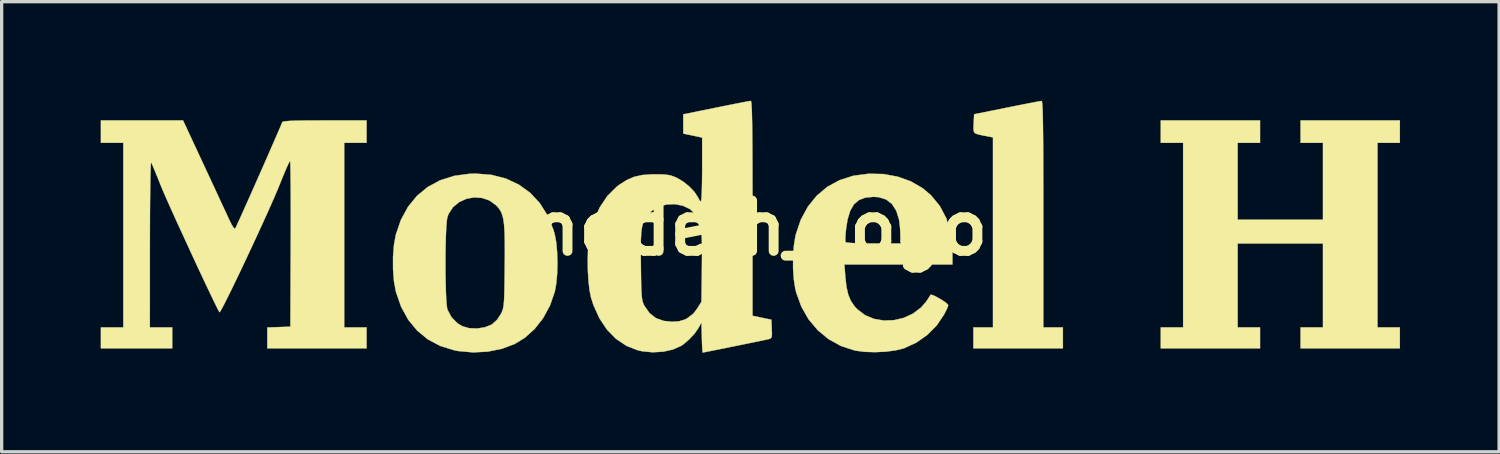
<source format=kicad_pcb>
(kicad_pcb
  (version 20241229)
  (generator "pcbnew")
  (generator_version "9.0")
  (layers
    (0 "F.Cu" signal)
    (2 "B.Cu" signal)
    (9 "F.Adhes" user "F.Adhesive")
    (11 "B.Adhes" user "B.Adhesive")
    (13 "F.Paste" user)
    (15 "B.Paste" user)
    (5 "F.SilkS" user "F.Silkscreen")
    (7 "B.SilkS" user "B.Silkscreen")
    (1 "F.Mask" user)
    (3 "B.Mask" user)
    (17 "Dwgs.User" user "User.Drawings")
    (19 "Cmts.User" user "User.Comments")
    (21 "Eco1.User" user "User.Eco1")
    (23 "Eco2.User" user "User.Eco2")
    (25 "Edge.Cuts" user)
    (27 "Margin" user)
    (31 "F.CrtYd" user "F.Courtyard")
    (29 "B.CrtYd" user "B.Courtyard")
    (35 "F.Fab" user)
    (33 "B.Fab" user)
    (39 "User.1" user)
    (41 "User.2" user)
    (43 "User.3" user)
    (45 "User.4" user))
  (footprint "modelh_logo"
    (layer "F.Cu")
    (at 19.648 3.856)
    (property "Reference" "modelh_logo" (at 0 0 0) (layer "F.SilkS") (effects (font (size 1.524 1.524) (thickness 0.3))))
    (attr through_hole)
    (fp_poly (pts (xy 15.452 -2.582) (xy 14.774 -2.582) (xy 14.774 -0.254) (xy 17.357 -0.254) (xy 17.357 -2.582) (xy 16.679 -2.582) (xy 16.679 -3.26) (xy 19.685 -3.26) (xy 19.685 -2.582) (xy 19.008 -2.582) (xy 19.008 3.006) (xy 19.685 3.006) (xy 19.685 3.641) (xy 16.679 3.641) (xy 16.679 3.006) (xy 17.357 3.006) (xy 17.357 0.466) (xy 14.774 0.466) (xy 14.774 3.006) (xy 15.452 3.006) (xy 15.452 3.641) (xy 12.446 3.641) (xy 12.446 3.006) (xy 13.123 3.006) (xy 13.123 -2.582) (xy 12.446 -2.582) (xy 12.446 -3.26) (xy 15.452 -3.26) (xy 15.452 -2.582)) (stroke (width 0.01) (type solid)) (fill yes) (layer "F.SilkS"))
    (fp_poly (pts (xy 8.847 -3.835) (xy 8.856 -3.785) (xy 8.863 -3.695) (xy 8.87 -3.562) (xy 8.875 -3.38) (xy 8.879 -3.145) (xy 8.883 -2.852) (xy 8.886 -2.498) (xy 8.888 -2.076) (xy 8.889 -1.583) (xy 8.89 -1.015) (xy 8.89 -0.423) (xy 8.89 3.006) (xy 9.483 3.006) (xy 9.483 3.641) (xy 6.773 3.641) (xy 6.773 3.006) (xy 7.366 3.006) (xy 7.366 -2.746) (xy 7.123 -2.793) (xy 6.952 -2.828) (xy 6.847 -2.859) (xy 6.794 -2.903) (xy 6.777 -2.979) (xy 6.779 -3.102) (xy 6.782 -3.162) (xy 6.795 -3.447) (xy 7.789 -3.647) (xy 8.07 -3.704) (xy 8.325 -3.754) (xy 8.541 -3.796) (xy 8.707 -3.828) (xy 8.81 -3.846) (xy 8.837 -3.85) (xy 8.847 -3.835)) (stroke (width 0.01) (type solid)) (fill yes) (layer "F.SilkS"))
    (fp_poly (pts (xy 4.054 -1.636) (xy 4.482 -1.557) (xy 4.879 -1.415) (xy 5.234 -1.21) (xy 5.487 -0.997) (xy 5.756 -0.671) (xy 5.953 -0.298) (xy 6.08 0.121) (xy 6.135 0.586) (xy 6.138 0.726) (xy 6.138 1.101) (xy 2.867 1.101) (xy 2.896 1.471) (xy 2.929 1.773) (xy 2.983 2.011) (xy 3.063 2.203) (xy 3.176 2.369) (xy 3.261 2.46) (xy 3.494 2.637) (xy 3.766 2.749) (xy 4.062 2.799) (xy 4.367 2.788) (xy 4.666 2.718) (xy 4.945 2.589) (xy 5.188 2.405) (xy 5.331 2.241) (xy 5.407 2.132) (xy 5.459 2.047) (xy 5.472 2.021) (xy 5.511 2.019) (xy 5.598 2.053) (xy 5.711 2.112) (xy 5.83 2.183) (xy 5.933 2.253) (xy 5.999 2.312) (xy 6.011 2.336) (xy 5.993 2.394) (xy 5.944 2.501) (xy 5.883 2.621) (xy 5.663 2.947) (xy 5.378 3.234) (xy 5.044 3.468) (xy 4.675 3.637) (xy 4.657 3.643) (xy 4.413 3.703) (xy 4.117 3.741) (xy 3.799 3.756) (xy 3.49 3.747) (xy 3.219 3.713) (xy 3.175 3.704) (xy 2.762 3.569) (xy 2.388 3.362) (xy 2.059 3.09) (xy 1.782 2.76) (xy 1.564 2.378) (xy 1.409 1.952) (xy 1.38 1.833) (xy 1.335 1.544) (xy 1.313 1.21) (xy 1.315 0.86) (xy 1.339 0.526) (xy 1.37 0.332) (xy 2.895 0.332) (xy 2.898 0.414) (xy 2.902 0.426) (xy 2.95 0.439) (xy 3.071 0.45) (xy 3.252 0.458) (xy 3.481 0.464) (xy 3.745 0.466) (xy 3.754 0.466) (xy 4.582 0.466) (xy 4.564 0.095) (xy 4.524 -0.25) (xy 4.439 -0.525) (xy 4.309 -0.729) (xy 4.132 -0.866) (xy 3.906 -0.936) (xy 3.75 -0.947) (xy 3.504 -0.923) (xy 3.307 -0.849) (xy 3.155 -0.718) (xy 3.043 -0.524) (xy 2.963 -0.261) (xy 2.918 0.028) (xy 2.902 0.196) (xy 2.895 0.332) (xy 1.37 0.332) (xy 1.386 0.238) (xy 1.396 0.193) (xy 1.548 -0.255) (xy 1.76 -0.646) (xy 2.027 -0.978) (xy 2.346 -1.247) (xy 2.715 -1.449) (xy 3.129 -1.582) (xy 3.154 -1.587) (xy 3.607 -1.646) (xy 4.054 -1.636)) (stroke (width 0.01) (type solid)) (fill yes) (layer "F.SilkS"))
    (fp_poly (pts (xy -7.821 -1.612) (xy -7.385 -1.501) (xy -6.993 -1.319) (xy -6.648 -1.07) (xy -6.356 -0.757) (xy -6.12 -0.384) (xy -5.943 0.048) (xy -5.902 0.191) (xy -5.857 0.432) (xy -5.83 0.729) (xy -5.821 1.054) (xy -5.829 1.379) (xy -5.856 1.678) (xy -5.9 1.922) (xy -5.901 1.926) (xy -6.046 2.344) (xy -6.252 2.723) (xy -6.51 3.053) (xy -6.813 3.324) (xy -7.112 3.507) (xy -7.5 3.653) (xy -7.929 3.74) (xy -8.377 3.763) (xy -8.826 3.722) (xy -8.949 3.698) (xy -9.372 3.567) (xy -9.746 3.368) (xy -10.069 3.102) (xy -10.339 2.773) (xy -10.553 2.383) (xy -10.709 1.935) (xy -10.713 1.919) (xy -10.77 1.609) (xy -10.798 1.251) (xy -10.798 1.058) (xy -9.211 1.058) (xy -9.21 1.371) (xy -9.205 1.671) (xy -9.197 1.944) (xy -9.186 2.175) (xy -9.172 2.351) (xy -9.154 2.458) (xy -9.151 2.467) (xy -9.028 2.699) (xy -8.845 2.884) (xy -8.701 2.971) (xy -8.495 3.03) (xy -8.256 3.04) (xy -8.019 3.003) (xy -7.818 2.923) (xy -7.795 2.908) (xy -7.646 2.772) (xy -7.53 2.596) (xy -7.501 2.534) (xy -7.478 2.474) (xy -7.46 2.404) (xy -7.447 2.313) (xy -7.437 2.192) (xy -7.43 2.03) (xy -7.425 1.815) (xy -7.421 1.538) (xy -7.417 1.188) (xy -7.417 1.151) (xy -7.413 0.739) (xy -7.415 0.401) (xy -7.421 0.129) (xy -7.435 -0.087) (xy -7.456 -0.257) (xy -7.488 -0.39) (xy -7.53 -0.496) (xy -7.584 -0.584) (xy -7.652 -0.664) (xy -7.677 -0.689) (xy -7.877 -0.835) (xy -8.105 -0.914) (xy -8.346 -0.93) (xy -8.583 -0.885) (xy -8.8 -0.785) (xy -8.983 -0.633) (xy -9.115 -0.432) (xy -9.151 -0.337) (xy -9.169 -0.232) (xy -9.184 -0.057) (xy -9.196 0.173) (xy -9.204 0.445) (xy -9.21 0.744) (xy -9.211 1.058) (xy -10.798 1.058) (xy -10.799 0.876) (xy -10.771 0.517) (xy -10.715 0.205) (xy -10.713 0.197) (xy -10.558 -0.254) (xy -10.343 -0.647) (xy -10.072 -0.978) (xy -9.746 -1.246) (xy -9.37 -1.448) (xy -8.946 -1.582) (xy -8.478 -1.645) (xy -8.297 -1.65) (xy -7.821 -1.612)) (stroke (width 0.01) (type solid)) (fill yes) (layer "F.SilkS"))
    (fp_poly (pts (xy -16.53 -1.916) (xy -16.376 -1.586) (xy -16.228 -1.267) (xy -16.09 -0.97) (xy -15.968 -0.707) (xy -15.867 -0.49) (xy -15.793 -0.33) (xy -15.76 -0.258) (xy -15.684 -0.105) (xy -15.623 -0.009) (xy -15.583 0.019) (xy -15.579 0.017) (xy -15.557 -0.026) (xy -15.505 -0.137) (xy -15.428 -0.305) (xy -15.331 -0.522) (xy -15.217 -0.776) (xy -15.091 -1.058) (xy -14.958 -1.359) (xy -14.821 -1.668) (xy -14.685 -1.976) (xy -14.555 -2.272) (xy -14.435 -2.547) (xy -14.329 -2.791) (xy -14.241 -2.994) (xy -14.177 -3.145) (xy -14.152 -3.207) (xy -14.126 -3.223) (xy -14.057 -3.235) (xy -13.939 -3.245) (xy -13.765 -3.252) (xy -13.526 -3.257) (xy -13.217 -3.259) (xy -12.865 -3.26) (xy -11.599 -3.26) (xy -11.599 -2.582) (xy -12.277 -2.582) (xy -12.277 3.006) (xy -11.599 3.006) (xy -11.599 3.641) (xy -14.605 3.641) (xy -14.605 3.009) (xy -14.256 2.997) (xy -13.906 2.985) (xy -13.896 0.476) (xy -13.894 0.024) (xy -13.894 -0.402) (xy -13.895 -0.794) (xy -13.896 -1.146) (xy -13.899 -1.449) (xy -13.902 -1.696) (xy -13.906 -1.881) (xy -13.911 -1.995) (xy -13.917 -2.032) (xy -13.942 -1.994) (xy -13.992 -1.89) (xy -14.061 -1.733) (xy -14.144 -1.534) (xy -14.22 -1.344) (xy -14.294 -1.163) (xy -14.392 -0.934) (xy -14.51 -0.666) (xy -14.645 -0.366) (xy -14.791 -0.045) (xy -14.946 0.291) (xy -15.104 0.632) (xy -15.263 0.97) (xy -15.417 1.297) (xy -15.564 1.603) (xy -15.699 1.881) (xy -15.818 2.121) (xy -15.916 2.316) (xy -15.991 2.457) (xy -16.038 2.535) (xy -16.052 2.548) (xy -16.082 2.497) (xy -16.143 2.378) (xy -16.23 2.2) (xy -16.339 1.972) (xy -16.467 1.704) (xy -16.608 1.404) (xy -16.759 1.081) (xy -16.914 0.746) (xy -17.071 0.405) (xy -17.225 0.07) (xy -17.372 -0.251) (xy -17.507 -0.549) (xy -17.626 -0.815) (xy -17.725 -1.04) (xy -17.799 -1.214) (xy -17.83 -1.289) (xy -17.918 -1.509) (xy -17.998 -1.704) (xy -18.063 -1.86) (xy -18.107 -1.961) (xy -18.121 -1.99) (xy -18.129 -1.961) (xy -18.135 -1.853) (xy -18.141 -1.673) (xy -18.147 -1.424) (xy -18.151 -1.114) (xy -18.155 -0.748) (xy -18.158 -0.332) (xy -18.159 0.129) (xy -18.16 0.476) (xy -18.161 3.006) (xy -17.484 3.006) (xy -17.484 3.641) (xy -19.643 3.641) (xy -19.643 3.006) (xy -18.965 3.006) (xy -18.965 -2.582) (xy -19.643 -2.582) (xy -19.643 -3.26) (xy -17.156 -3.26) (xy -16.53 -1.916)) (stroke (width 0.01) (type solid)) (fill yes) (layer "F.SilkS"))
    (fp_poly (pts (xy 0.042 -3.835) (xy 0.051 -3.785) (xy 0.058 -3.694) (xy 0.065 -3.56) (xy 0.07 -3.376) (xy 0.075 -3.138) (xy 0.078 -2.842) (xy 0.081 -2.483) (xy 0.083 -2.057) (xy 0.084 -1.557) (xy 0.085 -0.981) (xy 0.085 -0.599) (xy 0.085 2.654) (xy 0.37 2.714) (xy 0.656 2.773) (xy 0.669 3.054) (xy 0.674 3.204) (xy 0.667 3.29) (xy 0.642 3.334) (xy 0.591 3.357) (xy 0.563 3.364) (xy 0.497 3.379) (xy 0.366 3.406) (xy 0.184 3.444) (xy -0.034 3.489) (xy -0.276 3.538) (xy -0.526 3.589) (xy -0.77 3.639) (xy -0.995 3.684) (xy -1.186 3.722) (xy -1.33 3.75) (xy -1.412 3.766) (xy -1.425 3.768) (xy -1.43 3.728) (xy -1.437 3.621) (xy -1.444 3.465) (xy -1.448 3.313) (xy -1.46 2.857) (xy -1.552 3.027) (xy -1.669 3.195) (xy -1.832 3.37) (xy -2.01 3.521) (xy -2.078 3.566) (xy -2.323 3.676) (xy -2.617 3.741) (xy -2.936 3.76) (xy -3.254 3.729) (xy -3.387 3.7) (xy -3.733 3.564) (xy -4.046 3.354) (xy -4.319 3.076) (xy -4.548 2.734) (xy -4.73 2.333) (xy -4.806 2.095) (xy -4.849 1.879) (xy -4.88 1.603) (xy -4.899 1.292) (xy -4.904 0.97) (xy -4.895 0.661) (xy -4.89 0.601) (xy -3.298 0.601) (xy -3.296 0.926) (xy -3.294 1.125) (xy -3.29 1.453) (xy -3.285 1.709) (xy -3.278 1.903) (xy -3.269 2.047) (xy -3.257 2.152) (xy -3.24 2.23) (xy -3.218 2.291) (xy -3.19 2.349) (xy -3.19 2.349) (xy -3.034 2.573) (xy -2.84 2.725) (xy -2.6 2.81) (xy -2.346 2.835) (xy -2.137 2.821) (xy -1.965 2.769) (xy -1.901 2.738) (xy -1.705 2.588) (xy -1.587 2.434) (xy -1.46 2.229) (xy -1.447 1.169) (xy -1.444 0.79) (xy -1.445 0.484) (xy -1.453 0.242) (xy -1.467 0.052) (xy -1.491 -0.096) (xy -1.524 -0.214) (xy -1.568 -0.311) (xy -1.625 -0.399) (xy -1.639 -0.418) (xy -1.81 -0.577) (xy -2.026 -0.679) (xy -2.267 -0.725) (xy -2.516 -0.715) (xy -2.754 -0.647) (xy -2.962 -0.523) (xy -3.06 -0.427) (xy -3.132 -0.335) (xy -3.189 -0.243) (xy -3.232 -0.141) (xy -3.262 -0.017) (xy -3.282 0.14) (xy -3.294 0.342) (xy -3.298 0.601) (xy -4.89 0.601) (xy -4.871 0.39) (xy -4.849 0.249) (xy -4.722 -0.217) (xy -4.541 -0.625) (xy -4.31 -0.971) (xy -4.029 -1.25) (xy -3.947 -1.313) (xy -3.719 -1.457) (xy -3.496 -1.553) (xy -3.252 -1.607) (xy -2.959 -1.628) (xy -2.857 -1.629) (xy -2.648 -1.626) (xy -2.497 -1.614) (xy -2.376 -1.589) (xy -2.26 -1.546) (xy -2.201 -1.519) (xy -2.012 -1.407) (xy -1.829 -1.26) (xy -1.675 -1.099) (xy -1.573 -0.946) (xy -1.564 -0.926) (xy -1.518 -0.841) (xy -1.477 -0.804) (xy -1.477 -0.804) (xy -1.466 -0.845) (xy -1.456 -0.958) (xy -1.449 -1.132) (xy -1.443 -1.355) (xy -1.44 -1.616) (xy -1.439 -1.772) (xy -1.439 -2.74) (xy -2.011 -2.862) (xy -2.011 -3.445) (xy -1.016 -3.647) (xy -0.735 -3.704) (xy -0.48 -3.755) (xy -0.264 -3.797) (xy -0.099 -3.829) (xy 0.004 -3.847) (xy 0.032 -3.851) (xy 0.042 -3.835)) (stroke (width 0.01) (type solid)) (fill yes) (layer "F.SilkS")))
  (gr_rect
    (start -3 -3)
    (end 42.338 10.629)
    (stroke (width 0.1) (type default))
    (fill no)
    (layer "Edge.Cuts")))
</source>
